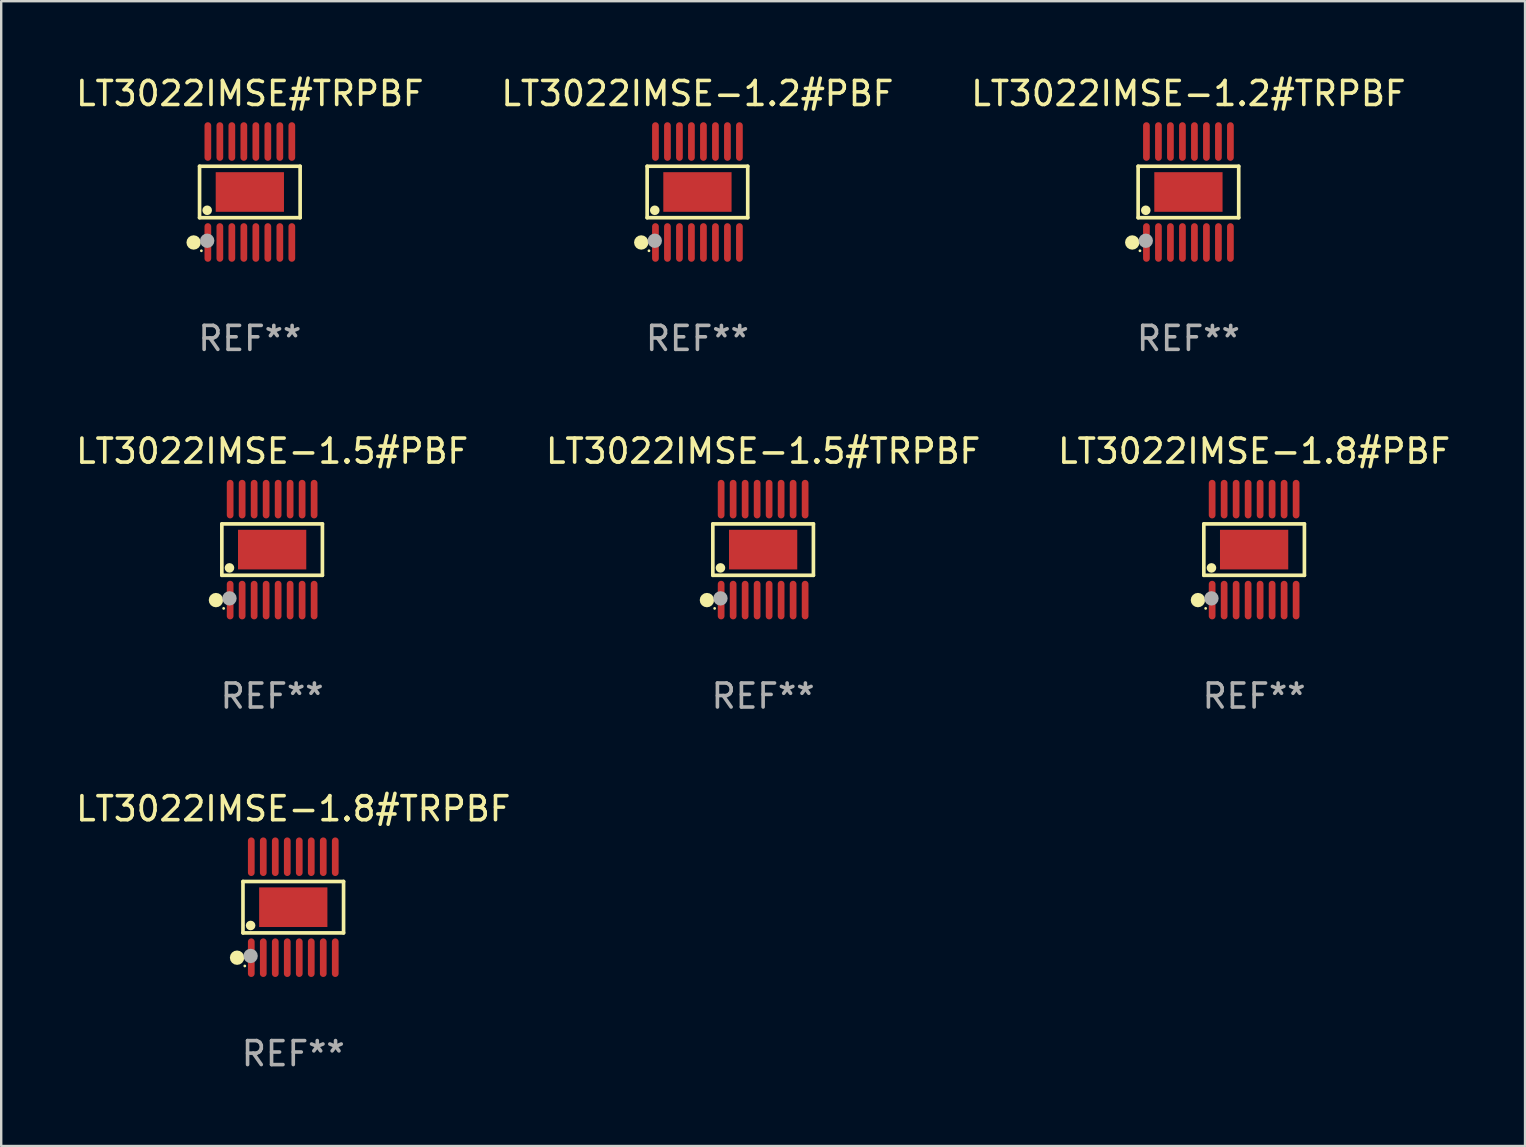
<source format=kicad_pcb>
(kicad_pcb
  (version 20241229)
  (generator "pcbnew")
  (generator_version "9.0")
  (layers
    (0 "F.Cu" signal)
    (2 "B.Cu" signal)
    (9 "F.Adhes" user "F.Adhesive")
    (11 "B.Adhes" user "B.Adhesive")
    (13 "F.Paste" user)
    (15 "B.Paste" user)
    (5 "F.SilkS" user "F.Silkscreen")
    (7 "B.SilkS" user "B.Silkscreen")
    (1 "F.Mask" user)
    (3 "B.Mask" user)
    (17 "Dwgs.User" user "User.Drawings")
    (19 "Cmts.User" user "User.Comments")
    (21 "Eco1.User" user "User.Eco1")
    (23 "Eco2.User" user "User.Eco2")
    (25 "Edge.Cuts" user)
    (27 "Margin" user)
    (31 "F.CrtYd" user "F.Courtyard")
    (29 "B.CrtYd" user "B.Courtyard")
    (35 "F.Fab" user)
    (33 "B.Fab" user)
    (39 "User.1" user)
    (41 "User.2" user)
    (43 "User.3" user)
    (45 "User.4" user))
  (footprint "LT3022IMSE-1.8#PBF"
    (layer "F.Cu")
    (at 49.22 19.857)
    (property "Reference" "LT3022IMSE-1.8#PBF" (at 0 -4.104 0) (layer "F.SilkS") (effects (font (size 1 1) (thickness 0.15))))
    (attr through_hole)
    (fp_line (start -2.096 -1.072) (end 2.096 -1.072) (stroke (width 0.152) (type solid)) (layer "F.SilkS"))
    (fp_line (start -2.096 1.071) (end -2.096 -1.072) (stroke (width 0.152) (type solid)) (layer "F.SilkS"))
    (fp_line (start 2.096 -1.072) (end 2.096 1.071) (stroke (width 0.152) (type solid)) (layer "F.SilkS"))
    (fp_line (start 2.096 1.071) (end -2.096 1.071) (stroke (width 0.152) (type solid)) (layer "F.SilkS"))
    (fp_circle (center -2.342 2.104) (end -2.192 2.104) (stroke (width 0.3) (type solid)) (fill no) (layer "F.SilkS"))
    (fp_circle (center -2.02 2.45) (end -1.99 2.45) (stroke (width 0.06) (type solid)) (fill no) (layer "F.SilkS"))
    (fp_circle (center -1.778 0.762) (end -1.678 0.762) (stroke (width 0.2) (type solid)) (fill no) (layer "F.SilkS"))
    (fp_circle (center -1.778 2.032) (end -1.628 2.032) (stroke (width 0.3) (type solid)) (fill no) (layer "F.Fab"))
    (fp_text user "REF**" (at 0 6.104 0) (layer "F.Fab") (effects (font (size 1 1) (thickness 0.15))))
    (pad "1" smd oval (at -1.75 2.104) (size 0.28 1.608) (layers "F.Cu" "F.Mask" "F.Paste"))
    (pad "2" smd oval (at -1.25 2.104) (size 0.28 1.608) (layers "F.Cu" "F.Mask" "F.Paste"))
    (pad "3" smd oval (at -0.75 2.104) (size 0.28 1.608) (layers "F.Cu" "F.Mask" "F.Paste"))
    (pad "4" smd oval (at -0.25 2.104) (size 0.28 1.608) (layers "F.Cu" "F.Mask" "F.Paste"))
    (pad "5" smd oval (at 0.25 2.104) (size 0.28 1.608) (layers "F.Cu" "F.Mask" "F.Paste"))
    (pad "6" smd oval (at 0.75 2.104) (size 0.28 1.608) (layers "F.Cu" "F.Mask" "F.Paste"))
    (pad "7" smd oval (at 1.25 2.104) (size 0.28 1.608) (layers "F.Cu" "F.Mask" "F.Paste"))
    (pad "8" smd oval (at 1.75 2.104) (size 0.28 1.608) (layers "F.Cu" "F.Mask" "F.Paste"))
    (pad "9" smd oval (at 1.75 -2.104) (size 0.28 1.608) (layers "F.Cu" "F.Mask" "F.Paste"))
    (pad "10" smd oval (at 1.25 -2.104) (size 0.28 1.608) (layers "F.Cu" "F.Mask" "F.Paste"))
    (pad "11" smd oval (at 0.75 -2.104) (size 0.28 1.608) (layers "F.Cu" "F.Mask" "F.Paste"))
    (pad "12" smd oval (at 0.25 -2.104) (size 0.28 1.608) (layers "F.Cu" "F.Mask" "F.Paste"))
    (pad "13" smd oval (at -0.25 -2.104) (size 0.28 1.608) (layers "F.Cu" "F.Mask" "F.Paste"))
    (pad "14" smd oval (at -0.75 -2.104) (size 0.28 1.608) (layers "F.Cu" "F.Mask" "F.Paste"))
    (pad "15" smd oval (at -1.25 -2.104) (size 0.28 1.608) (layers "F.Cu" "F.Mask" "F.Paste"))
    (pad "16" smd oval (at -1.75 -2.104) (size 0.28 1.608) (layers "F.Cu" "F.Mask" "F.Paste"))
    (pad "17" smd rect (at 0 -0.000127) (size 2.845 1.651) (layers "F.Cu" "F.Mask" "F.Paste")))
  (footprint "LT3022IMSE-1.5#TRPBF"
    (layer "F.Cu")
    (at 28.756 19.857)
    (property "Reference" "LT3022IMSE-1.5#TRPBF" (at 0 -4.104 0) (layer "F.SilkS") (effects (font (size 1 1) (thickness 0.15))))
    (attr through_hole)
    (fp_line (start -2.096 -1.072) (end 2.096 -1.072) (stroke (width 0.152) (type solid)) (layer "F.SilkS"))
    (fp_line (start -2.096 1.071) (end -2.096 -1.072) (stroke (width 0.152) (type solid)) (layer "F.SilkS"))
    (fp_line (start 2.096 -1.072) (end 2.096 1.071) (stroke (width 0.152) (type solid)) (layer "F.SilkS"))
    (fp_line (start 2.096 1.071) (end -2.096 1.071) (stroke (width 0.152) (type solid)) (layer "F.SilkS"))
    (fp_circle (center -2.342 2.104) (end -2.192 2.104) (stroke (width 0.3) (type solid)) (fill no) (layer "F.SilkS"))
    (fp_circle (center -2.02 2.45) (end -1.99 2.45) (stroke (width 0.06) (type solid)) (fill no) (layer "F.SilkS"))
    (fp_circle (center -1.778 0.762) (end -1.678 0.762) (stroke (width 0.2) (type solid)) (fill no) (layer "F.SilkS"))
    (fp_circle (center -1.778 2.032) (end -1.628 2.032) (stroke (width 0.3) (type solid)) (fill no) (layer "F.Fab"))
    (fp_text user "REF**" (at 0 6.104 0) (layer "F.Fab") (effects (font (size 1 1) (thickness 0.15))))
    (pad "1" smd oval (at -1.75 2.104) (size 0.28 1.608) (layers "F.Cu" "F.Mask" "F.Paste"))
    (pad "2" smd oval (at -1.25 2.104) (size 0.28 1.608) (layers "F.Cu" "F.Mask" "F.Paste"))
    (pad "3" smd oval (at -0.75 2.104) (size 0.28 1.608) (layers "F.Cu" "F.Mask" "F.Paste"))
    (pad "4" smd oval (at -0.25 2.104) (size 0.28 1.608) (layers "F.Cu" "F.Mask" "F.Paste"))
    (pad "5" smd oval (at 0.25 2.104) (size 0.28 1.608) (layers "F.Cu" "F.Mask" "F.Paste"))
    (pad "6" smd oval (at 0.75 2.104) (size 0.28 1.608) (layers "F.Cu" "F.Mask" "F.Paste"))
    (pad "7" smd oval (at 1.25 2.104) (size 0.28 1.608) (layers "F.Cu" "F.Mask" "F.Paste"))
    (pad "8" smd oval (at 1.75 2.104) (size 0.28 1.608) (layers "F.Cu" "F.Mask" "F.Paste"))
    (pad "9" smd oval (at 1.75 -2.104) (size 0.28 1.608) (layers "F.Cu" "F.Mask" "F.Paste"))
    (pad "10" smd oval (at 1.25 -2.104) (size 0.28 1.608) (layers "F.Cu" "F.Mask" "F.Paste"))
    (pad "11" smd oval (at 0.75 -2.104) (size 0.28 1.608) (layers "F.Cu" "F.Mask" "F.Paste"))
    (pad "12" smd oval (at 0.25 -2.104) (size 0.28 1.608) (layers "F.Cu" "F.Mask" "F.Paste"))
    (pad "13" smd oval (at -0.25 -2.104) (size 0.28 1.608) (layers "F.Cu" "F.Mask" "F.Paste"))
    (pad "14" smd oval (at -0.75 -2.104) (size 0.28 1.608) (layers "F.Cu" "F.Mask" "F.Paste"))
    (pad "15" smd oval (at -1.25 -2.104) (size 0.28 1.608) (layers "F.Cu" "F.Mask" "F.Paste"))
    (pad "16" smd oval (at -1.75 -2.104) (size 0.28 1.608) (layers "F.Cu" "F.Mask" "F.Paste"))
    (pad "17" smd rect (at 0 -0.000127) (size 2.845 1.651) (layers "F.Cu" "F.Mask" "F.Paste")))
  (footprint "LT3022IMSE-1.5#PBF"
    (layer "F.Cu")
    (at 8.292 19.857)
    (property "Reference" "LT3022IMSE-1.5#PBF" (at 0 -4.104 0) (layer "F.SilkS") (effects (font (size 1 1) (thickness 0.15))))
    (attr through_hole)
    (fp_line (start -2.096 -1.072) (end 2.096 -1.072) (stroke (width 0.152) (type solid)) (layer "F.SilkS"))
    (fp_line (start -2.096 1.071) (end -2.096 -1.072) (stroke (width 0.152) (type solid)) (layer "F.SilkS"))
    (fp_line (start 2.096 -1.072) (end 2.096 1.071) (stroke (width 0.152) (type solid)) (layer "F.SilkS"))
    (fp_line (start 2.096 1.071) (end -2.096 1.071) (stroke (width 0.152) (type solid)) (layer "F.SilkS"))
    (fp_circle (center -2.342 2.104) (end -2.192 2.104) (stroke (width 0.3) (type solid)) (fill no) (layer "F.SilkS"))
    (fp_circle (center -2.02 2.45) (end -1.99 2.45) (stroke (width 0.06) (type solid)) (fill no) (layer "F.SilkS"))
    (fp_circle (center -1.778 0.762) (end -1.678 0.762) (stroke (width 0.2) (type solid)) (fill no) (layer "F.SilkS"))
    (fp_circle (center -1.778 2.032) (end -1.628 2.032) (stroke (width 0.3) (type solid)) (fill no) (layer "F.Fab"))
    (fp_text user "REF**" (at 0 6.104 0) (layer "F.Fab") (effects (font (size 1 1) (thickness 0.15))))
    (pad "1" smd oval (at -1.75 2.104) (size 0.28 1.608) (layers "F.Cu" "F.Mask" "F.Paste"))
    (pad "2" smd oval (at -1.25 2.104) (size 0.28 1.608) (layers "F.Cu" "F.Mask" "F.Paste"))
    (pad "3" smd oval (at -0.75 2.104) (size 0.28 1.608) (layers "F.Cu" "F.Mask" "F.Paste"))
    (pad "4" smd oval (at -0.25 2.104) (size 0.28 1.608) (layers "F.Cu" "F.Mask" "F.Paste"))
    (pad "5" smd oval (at 0.25 2.104) (size 0.28 1.608) (layers "F.Cu" "F.Mask" "F.Paste"))
    (pad "6" smd oval (at 0.75 2.104) (size 0.28 1.608) (layers "F.Cu" "F.Mask" "F.Paste"))
    (pad "7" smd oval (at 1.25 2.104) (size 0.28 1.608) (layers "F.Cu" "F.Mask" "F.Paste"))
    (pad "8" smd oval (at 1.75 2.104) (size 0.28 1.608) (layers "F.Cu" "F.Mask" "F.Paste"))
    (pad "9" smd oval (at 1.75 -2.104) (size 0.28 1.608) (layers "F.Cu" "F.Mask" "F.Paste"))
    (pad "10" smd oval (at 1.25 -2.104) (size 0.28 1.608) (layers "F.Cu" "F.Mask" "F.Paste"))
    (pad "11" smd oval (at 0.75 -2.104) (size 0.28 1.608) (layers "F.Cu" "F.Mask" "F.Paste"))
    (pad "12" smd oval (at 0.25 -2.104) (size 0.28 1.608) (layers "F.Cu" "F.Mask" "F.Paste"))
    (pad "13" smd oval (at -0.25 -2.104) (size 0.28 1.608) (layers "F.Cu" "F.Mask" "F.Paste"))
    (pad "14" smd oval (at -0.75 -2.104) (size 0.28 1.608) (layers "F.Cu" "F.Mask" "F.Paste"))
    (pad "15" smd oval (at -1.25 -2.104) (size 0.28 1.608) (layers "F.Cu" "F.Mask" "F.Paste"))
    (pad "16" smd oval (at -1.75 -2.104) (size 0.28 1.608) (layers "F.Cu" "F.Mask" "F.Paste"))
    (pad "17" smd rect (at 0 -0.000127) (size 2.845 1.651) (layers "F.Cu" "F.Mask" "F.Paste")))
  (footprint "LT3022IMSE#TRPBF"
    (layer "F.Cu")
    (at 7.363 4.952)
    (property "Reference" "LT3022IMSE#TRPBF" (at 0 -4.104 0) (layer "F.SilkS") (effects (font (size 1 1) (thickness 0.15))))
    (attr through_hole)
    (fp_line (start -2.096 -1.072) (end 2.096 -1.072) (stroke (width 0.152) (type solid)) (layer "F.SilkS"))
    (fp_line (start -2.096 1.071) (end -2.096 -1.072) (stroke (width 0.152) (type solid)) (layer "F.SilkS"))
    (fp_line (start 2.096 -1.072) (end 2.096 1.071) (stroke (width 0.152) (type solid)) (layer "F.SilkS"))
    (fp_line (start 2.096 1.071) (end -2.096 1.071) (stroke (width 0.152) (type solid)) (layer "F.SilkS"))
    (fp_circle (center -2.342 2.104) (end -2.192 2.104) (stroke (width 0.3) (type solid)) (fill no) (layer "F.SilkS"))
    (fp_circle (center -2.02 2.45) (end -1.99 2.45) (stroke (width 0.06) (type solid)) (fill no) (layer "F.SilkS"))
    (fp_circle (center -1.778 0.762) (end -1.678 0.762) (stroke (width 0.2) (type solid)) (fill no) (layer "F.SilkS"))
    (fp_circle (center -1.778 2.032) (end -1.628 2.032) (stroke (width 0.3) (type solid)) (fill no) (layer "F.Fab"))
    (fp_text user "REF**" (at 0 6.104 0) (layer "F.Fab") (effects (font (size 1 1) (thickness 0.15))))
    (pad "1" smd oval (at -1.75 2.104) (size 0.28 1.608) (layers "F.Cu" "F.Mask" "F.Paste"))
    (pad "2" smd oval (at -1.25 2.104) (size 0.28 1.608) (layers "F.Cu" "F.Mask" "F.Paste"))
    (pad "3" smd oval (at -0.75 2.104) (size 0.28 1.608) (layers "F.Cu" "F.Mask" "F.Paste"))
    (pad "4" smd oval (at -0.25 2.104) (size 0.28 1.608) (layers "F.Cu" "F.Mask" "F.Paste"))
    (pad "5" smd oval (at 0.25 2.104) (size 0.28 1.608) (layers "F.Cu" "F.Mask" "F.Paste"))
    (pad "6" smd oval (at 0.75 2.104) (size 0.28 1.608) (layers "F.Cu" "F.Mask" "F.Paste"))
    (pad "7" smd oval (at 1.25 2.104) (size 0.28 1.608) (layers "F.Cu" "F.Mask" "F.Paste"))
    (pad "8" smd oval (at 1.75 2.104) (size 0.28 1.608) (layers "F.Cu" "F.Mask" "F.Paste"))
    (pad "9" smd oval (at 1.75 -2.104) (size 0.28 1.608) (layers "F.Cu" "F.Mask" "F.Paste"))
    (pad "10" smd oval (at 1.25 -2.104) (size 0.28 1.608) (layers "F.Cu" "F.Mask" "F.Paste"))
    (pad "11" smd oval (at 0.75 -2.104) (size 0.28 1.608) (layers "F.Cu" "F.Mask" "F.Paste"))
    (pad "12" smd oval (at 0.25 -2.104) (size 0.28 1.608) (layers "F.Cu" "F.Mask" "F.Paste"))
    (pad "13" smd oval (at -0.25 -2.104) (size 0.28 1.608) (layers "F.Cu" "F.Mask" "F.Paste"))
    (pad "14" smd oval (at -0.75 -2.104) (size 0.28 1.608) (layers "F.Cu" "F.Mask" "F.Paste"))
    (pad "15" smd oval (at -1.25 -2.104) (size 0.28 1.608) (layers "F.Cu" "F.Mask" "F.Paste"))
    (pad "16" smd oval (at -1.75 -2.104) (size 0.28 1.608) (layers "F.Cu" "F.Mask" "F.Paste"))
    (pad "17" smd rect (at 0 -0.000127) (size 2.845 1.651) (layers "F.Cu" "F.Mask" "F.Paste")))
  (footprint "LT3022IMSE-1.8#TRPBF"
    (layer "F.Cu")
    (at 9.173 34.761)
    (property "Reference" "LT3022IMSE-1.8#TRPBF" (at 0 -4.104 0) (layer "F.SilkS") (effects (font (size 1 1) (thickness 0.15))))
    (attr through_hole)
    (fp_line (start -2.096 -1.072) (end 2.096 -1.072) (stroke (width 0.152) (type solid)) (layer "F.SilkS"))
    (fp_line (start -2.096 1.071) (end -2.096 -1.072) (stroke (width 0.152) (type solid)) (layer "F.SilkS"))
    (fp_line (start 2.096 -1.072) (end 2.096 1.071) (stroke (width 0.152) (type solid)) (layer "F.SilkS"))
    (fp_line (start 2.096 1.071) (end -2.096 1.071) (stroke (width 0.152) (type solid)) (layer "F.SilkS"))
    (fp_circle (center -2.342 2.104) (end -2.192 2.104) (stroke (width 0.3) (type solid)) (fill no) (layer "F.SilkS"))
    (fp_circle (center -2.02 2.45) (end -1.99 2.45) (stroke (width 0.06) (type solid)) (fill no) (layer "F.SilkS"))
    (fp_circle (center -1.778 0.762) (end -1.678 0.762) (stroke (width 0.2) (type solid)) (fill no) (layer "F.SilkS"))
    (fp_circle (center -1.778 2.032) (end -1.628 2.032) (stroke (width 0.3) (type solid)) (fill no) (layer "F.Fab"))
    (fp_text user "REF**" (at 0 6.104 0) (layer "F.Fab") (effects (font (size 1 1) (thickness 0.15))))
    (pad "1" smd oval (at -1.75 2.104) (size 0.28 1.608) (layers "F.Cu" "F.Mask" "F.Paste"))
    (pad "2" smd oval (at -1.25 2.104) (size 0.28 1.608) (layers "F.Cu" "F.Mask" "F.Paste"))
    (pad "3" smd oval (at -0.75 2.104) (size 0.28 1.608) (layers "F.Cu" "F.Mask" "F.Paste"))
    (pad "4" smd oval (at -0.25 2.104) (size 0.28 1.608) (layers "F.Cu" "F.Mask" "F.Paste"))
    (pad "5" smd oval (at 0.25 2.104) (size 0.28 1.608) (layers "F.Cu" "F.Mask" "F.Paste"))
    (pad "6" smd oval (at 0.75 2.104) (size 0.28 1.608) (layers "F.Cu" "F.Mask" "F.Paste"))
    (pad "7" smd oval (at 1.25 2.104) (size 0.28 1.608) (layers "F.Cu" "F.Mask" "F.Paste"))
    (pad "8" smd oval (at 1.75 2.104) (size 0.28 1.608) (layers "F.Cu" "F.Mask" "F.Paste"))
    (pad "9" smd oval (at 1.75 -2.104) (size 0.28 1.608) (layers "F.Cu" "F.Mask" "F.Paste"))
    (pad "10" smd oval (at 1.25 -2.104) (size 0.28 1.608) (layers "F.Cu" "F.Mask" "F.Paste"))
    (pad "11" smd oval (at 0.75 -2.104) (size 0.28 1.608) (layers "F.Cu" "F.Mask" "F.Paste"))
    (pad "12" smd oval (at 0.25 -2.104) (size 0.28 1.608) (layers "F.Cu" "F.Mask" "F.Paste"))
    (pad "13" smd oval (at -0.25 -2.104) (size 0.28 1.608) (layers "F.Cu" "F.Mask" "F.Paste"))
    (pad "14" smd oval (at -0.75 -2.104) (size 0.28 1.608) (layers "F.Cu" "F.Mask" "F.Paste"))
    (pad "15" smd oval (at -1.25 -2.104) (size 0.28 1.608) (layers "F.Cu" "F.Mask" "F.Paste"))
    (pad "16" smd oval (at -1.75 -2.104) (size 0.28 1.608) (layers "F.Cu" "F.Mask" "F.Paste"))
    (pad "17" smd rect (at 0 -0.000127) (size 2.845 1.651) (layers "F.Cu" "F.Mask" "F.Paste")))
  (footprint "LT3022IMSE-1.2#PBF"
    (layer "F.Cu")
    (at 26.018 4.952)
    (property "Reference" "LT3022IMSE-1.2#PBF" (at 0 -4.104 0) (layer "F.SilkS") (effects (font (size 1 1) (thickness 0.15))))
    (attr through_hole)
    (fp_line (start -2.096 -1.072) (end 2.096 -1.072) (stroke (width 0.152) (type solid)) (layer "F.SilkS"))
    (fp_line (start -2.096 1.071) (end -2.096 -1.072) (stroke (width 0.152) (type solid)) (layer "F.SilkS"))
    (fp_line (start 2.096 -1.072) (end 2.096 1.071) (stroke (width 0.152) (type solid)) (layer "F.SilkS"))
    (fp_line (start 2.096 1.071) (end -2.096 1.071) (stroke (width 0.152) (type solid)) (layer "F.SilkS"))
    (fp_circle (center -2.342 2.104) (end -2.192 2.104) (stroke (width 0.3) (type solid)) (fill no) (layer "F.SilkS"))
    (fp_circle (center -2.02 2.45) (end -1.99 2.45) (stroke (width 0.06) (type solid)) (fill no) (layer "F.SilkS"))
    (fp_circle (center -1.778 0.762) (end -1.678 0.762) (stroke (width 0.2) (type solid)) (fill no) (layer "F.SilkS"))
    (fp_circle (center -1.778 2.032) (end -1.628 2.032) (stroke (width 0.3) (type solid)) (fill no) (layer "F.Fab"))
    (fp_text user "REF**" (at 0 6.104 0) (layer "F.Fab") (effects (font (size 1 1) (thickness 0.15))))
    (pad "1" smd oval (at -1.75 2.104) (size 0.28 1.608) (layers "F.Cu" "F.Mask" "F.Paste"))
    (pad "2" smd oval (at -1.25 2.104) (size 0.28 1.608) (layers "F.Cu" "F.Mask" "F.Paste"))
    (pad "3" smd oval (at -0.75 2.104) (size 0.28 1.608) (layers "F.Cu" "F.Mask" "F.Paste"))
    (pad "4" smd oval (at -0.25 2.104) (size 0.28 1.608) (layers "F.Cu" "F.Mask" "F.Paste"))
    (pad "5" smd oval (at 0.25 2.104) (size 0.28 1.608) (layers "F.Cu" "F.Mask" "F.Paste"))
    (pad "6" smd oval (at 0.75 2.104) (size 0.28 1.608) (layers "F.Cu" "F.Mask" "F.Paste"))
    (pad "7" smd oval (at 1.25 2.104) (size 0.28 1.608) (layers "F.Cu" "F.Mask" "F.Paste"))
    (pad "8" smd oval (at 1.75 2.104) (size 0.28 1.608) (layers "F.Cu" "F.Mask" "F.Paste"))
    (pad "9" smd oval (at 1.75 -2.104) (size 0.28 1.608) (layers "F.Cu" "F.Mask" "F.Paste"))
    (pad "10" smd oval (at 1.25 -2.104) (size 0.28 1.608) (layers "F.Cu" "F.Mask" "F.Paste"))
    (pad "11" smd oval (at 0.75 -2.104) (size 0.28 1.608) (layers "F.Cu" "F.Mask" "F.Paste"))
    (pad "12" smd oval (at 0.25 -2.104) (size 0.28 1.608) (layers "F.Cu" "F.Mask" "F.Paste"))
    (pad "13" smd oval (at -0.25 -2.104) (size 0.28 1.608) (layers "F.Cu" "F.Mask" "F.Paste"))
    (pad "14" smd oval (at -0.75 -2.104) (size 0.28 1.608) (layers "F.Cu" "F.Mask" "F.Paste"))
    (pad "15" smd oval (at -1.25 -2.104) (size 0.28 1.608) (layers "F.Cu" "F.Mask" "F.Paste"))
    (pad "16" smd oval (at -1.75 -2.104) (size 0.28 1.608) (layers "F.Cu" "F.Mask" "F.Paste"))
    (pad "17" smd rect (at 0 -0.000127) (size 2.845 1.651) (layers "F.Cu" "F.Mask" "F.Paste")))
  (footprint "LT3022IMSE-1.2#TRPBF"
    (layer "F.Cu")
    (at 46.482 4.952)
    (property "Reference" "LT3022IMSE-1.2#TRPBF" (at 0 -4.104 0) (layer "F.SilkS") (effects (font (size 1 1) (thickness 0.15))))
    (attr through_hole)
    (fp_line (start -2.096 -1.072) (end 2.096 -1.072) (stroke (width 0.152) (type solid)) (layer "F.SilkS"))
    (fp_line (start -2.096 1.071) (end -2.096 -1.072) (stroke (width 0.152) (type solid)) (layer "F.SilkS"))
    (fp_line (start 2.096 -1.072) (end 2.096 1.071) (stroke (width 0.152) (type solid)) (layer "F.SilkS"))
    (fp_line (start 2.096 1.071) (end -2.096 1.071) (stroke (width 0.152) (type solid)) (layer "F.SilkS"))
    (fp_circle (center -2.342 2.104) (end -2.192 2.104) (stroke (width 0.3) (type solid)) (fill no) (layer "F.SilkS"))
    (fp_circle (center -2.02 2.45) (end -1.99 2.45) (stroke (width 0.06) (type solid)) (fill no) (layer "F.SilkS"))
    (fp_circle (center -1.778 0.762) (end -1.678 0.762) (stroke (width 0.2) (type solid)) (fill no) (layer "F.SilkS"))
    (fp_circle (center -1.778 2.032) (end -1.628 2.032) (stroke (width 0.3) (type solid)) (fill no) (layer "F.Fab"))
    (fp_text user "REF**" (at 0 6.104 0) (layer "F.Fab") (effects (font (size 1 1) (thickness 0.15))))
    (pad "1" smd oval (at -1.75 2.104) (size 0.28 1.608) (layers "F.Cu" "F.Mask" "F.Paste"))
    (pad "2" smd oval (at -1.25 2.104) (size 0.28 1.608) (layers "F.Cu" "F.Mask" "F.Paste"))
    (pad "3" smd oval (at -0.75 2.104) (size 0.28 1.608) (layers "F.Cu" "F.Mask" "F.Paste"))
    (pad "4" smd oval (at -0.25 2.104) (size 0.28 1.608) (layers "F.Cu" "F.Mask" "F.Paste"))
    (pad "5" smd oval (at 0.25 2.104) (size 0.28 1.608) (layers "F.Cu" "F.Mask" "F.Paste"))
    (pad "6" smd oval (at 0.75 2.104) (size 0.28 1.608) (layers "F.Cu" "F.Mask" "F.Paste"))
    (pad "7" smd oval (at 1.25 2.104) (size 0.28 1.608) (layers "F.Cu" "F.Mask" "F.Paste"))
    (pad "8" smd oval (at 1.75 2.104) (size 0.28 1.608) (layers "F.Cu" "F.Mask" "F.Paste"))
    (pad "9" smd oval (at 1.75 -2.104) (size 0.28 1.608) (layers "F.Cu" "F.Mask" "F.Paste"))
    (pad "10" smd oval (at 1.25 -2.104) (size 0.28 1.608) (layers "F.Cu" "F.Mask" "F.Paste"))
    (pad "11" smd oval (at 0.75 -2.104) (size 0.28 1.608) (layers "F.Cu" "F.Mask" "F.Paste"))
    (pad "12" smd oval (at 0.25 -2.104) (size 0.28 1.608) (layers "F.Cu" "F.Mask" "F.Paste"))
    (pad "13" smd oval (at -0.25 -2.104) (size 0.28 1.608) (layers "F.Cu" "F.Mask" "F.Paste"))
    (pad "14" smd oval (at -0.75 -2.104) (size 0.28 1.608) (layers "F.Cu" "F.Mask" "F.Paste"))
    (pad "15" smd oval (at -1.25 -2.104) (size 0.28 1.608) (layers "F.Cu" "F.Mask" "F.Paste"))
    (pad "16" smd oval (at -1.75 -2.104) (size 0.28 1.608) (layers "F.Cu" "F.Mask" "F.Paste"))
    (pad "17" smd rect (at 0 -0.000127) (size 2.845 1.651) (layers "F.Cu" "F.Mask" "F.Paste")))
  (gr_rect
    (start -3 -3)
    (end 60.512 44.714)
    (stroke (width 0.1) (type default))
    (fill no)
    (layer "Edge.Cuts")))
</source>
